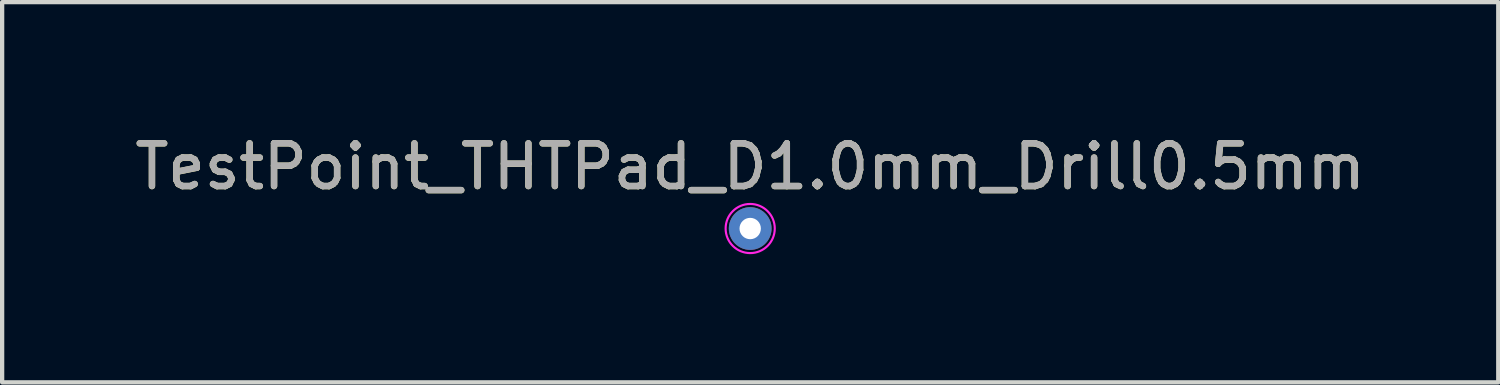
<source format=kicad_pcb>
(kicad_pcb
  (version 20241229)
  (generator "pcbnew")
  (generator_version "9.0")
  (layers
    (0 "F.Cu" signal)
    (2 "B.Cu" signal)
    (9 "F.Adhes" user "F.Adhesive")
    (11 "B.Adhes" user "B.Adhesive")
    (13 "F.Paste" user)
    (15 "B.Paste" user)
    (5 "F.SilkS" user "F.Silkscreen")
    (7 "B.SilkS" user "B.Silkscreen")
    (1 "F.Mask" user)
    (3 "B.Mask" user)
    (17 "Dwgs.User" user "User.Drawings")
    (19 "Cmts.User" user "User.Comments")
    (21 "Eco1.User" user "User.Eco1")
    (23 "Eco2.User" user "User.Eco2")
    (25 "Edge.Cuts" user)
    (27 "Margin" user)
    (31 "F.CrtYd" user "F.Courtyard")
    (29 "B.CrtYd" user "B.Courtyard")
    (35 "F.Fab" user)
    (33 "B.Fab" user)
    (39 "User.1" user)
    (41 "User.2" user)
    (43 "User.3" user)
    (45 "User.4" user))
  (footprint "TestPoint_THTPad_D1.0mm_Drill0.5mm"
    (layer "F.Cu")
    (at 14.506 2.298)
    (property "Reference" "TestPoint_THTPad_D1.0mm_Drill0.5mm" (at 0 -1.448 0) (layer "F.SilkS") (effects (font (size 1 1) (thickness 0.15))))
    (attr exclude_from_pos_files exclude_from_bom)
    (fp_circle (center 0 0) (end 0.575 0) (stroke (width 0.05) (type solid)) (fill no) (layer "F.CrtYd"))
    (fp_text user "${REFERENCE}" (at 0 -1.45 0) (layer "F.Fab") (effects (font (size 1 1) (thickness 0.15))))
    (pad "1" thru_hole circle (at 0 0) (size 1 1) (drill 0.5) (layers "*.Cu" "*.Mask")))
  (gr_rect
    (start -3 -3)
    (end 32.012 5.898)
    (stroke (width 0.1) (type default))
    (fill no)
    (layer "Edge.Cuts")))
</source>
